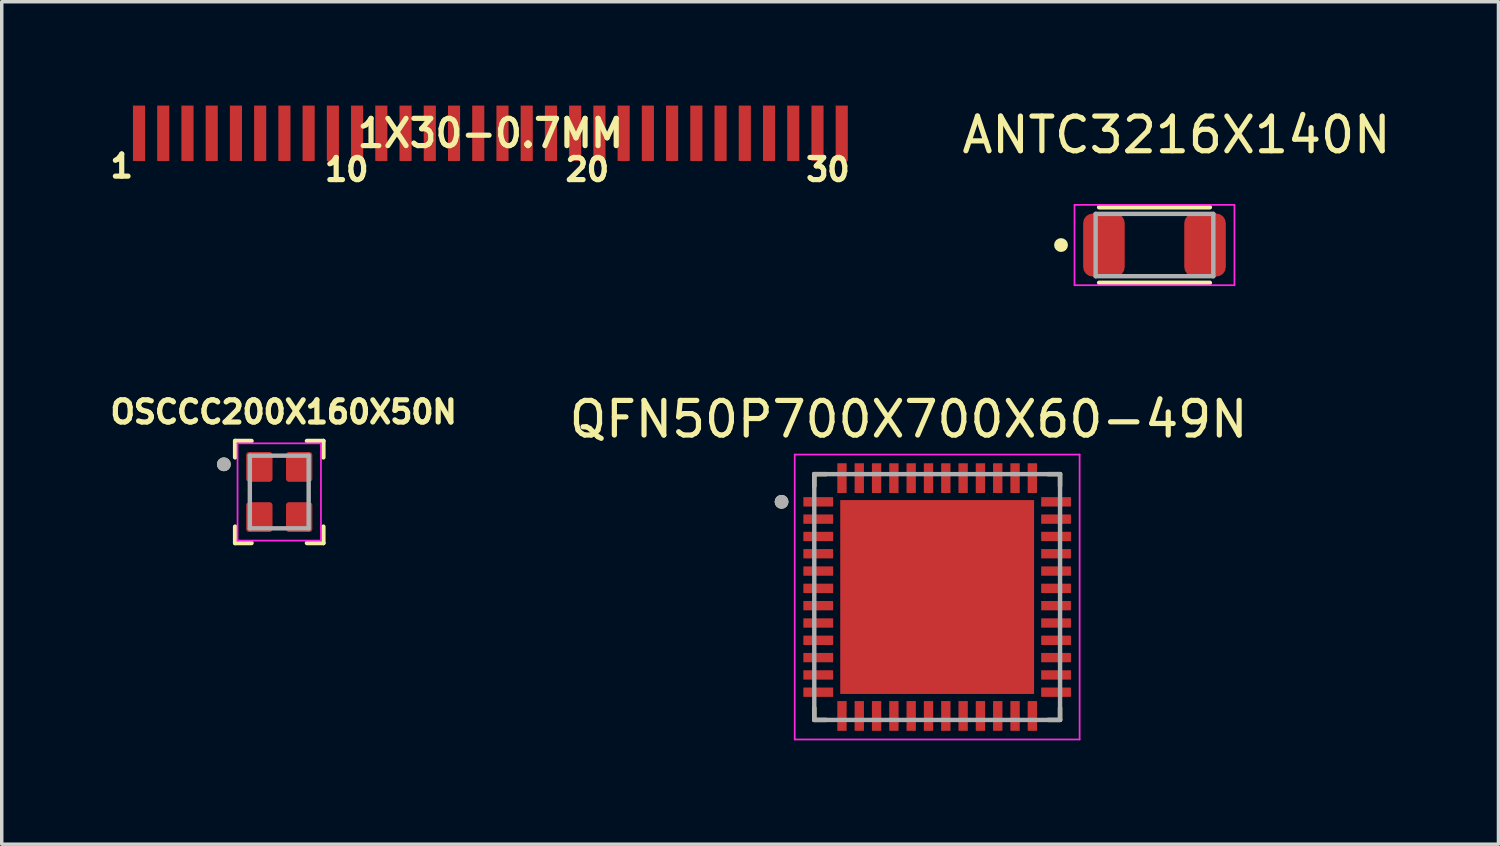
<source format=kicad_pcb>
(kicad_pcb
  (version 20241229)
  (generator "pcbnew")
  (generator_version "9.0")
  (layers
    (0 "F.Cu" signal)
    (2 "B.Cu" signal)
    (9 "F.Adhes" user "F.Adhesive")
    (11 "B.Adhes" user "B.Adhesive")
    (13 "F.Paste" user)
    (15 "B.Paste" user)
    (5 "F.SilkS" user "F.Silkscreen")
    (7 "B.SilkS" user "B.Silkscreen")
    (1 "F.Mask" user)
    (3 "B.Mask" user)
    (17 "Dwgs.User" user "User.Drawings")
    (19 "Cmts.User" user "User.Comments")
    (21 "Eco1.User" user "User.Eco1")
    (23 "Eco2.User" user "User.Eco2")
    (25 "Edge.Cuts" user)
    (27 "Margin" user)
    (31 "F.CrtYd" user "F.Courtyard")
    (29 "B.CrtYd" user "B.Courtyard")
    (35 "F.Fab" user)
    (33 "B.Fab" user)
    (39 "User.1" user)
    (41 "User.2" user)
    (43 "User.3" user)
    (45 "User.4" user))
  (footprint "QFN50P700X700X60-49N"
    (layer "F.Cu")
    (at 24.023 14.197)
    (property "Reference" "QFN50P700X700X60-49N" (at -0.825 -5.135 0) (layer "F.SilkS") (effects (font (size 1 1) (thickness 0.15))))
    (attr through_hole)
    (fp_line (start -3.55 -3.55) (end -3.55 -3.205) (stroke (width 0.127) (type solid)) (layer "F.SilkS"))
    (fp_line (start -3.55 -3.55) (end -3.205 -3.55) (stroke (width 0.127) (type solid)) (layer "F.SilkS"))
    (fp_line (start -3.55 3.55) (end -3.55 3.205) (stroke (width 0.127) (type solid)) (layer "F.SilkS"))
    (fp_line (start -3.55 3.55) (end -3.205 3.55) (stroke (width 0.127) (type solid)) (layer "F.SilkS"))
    (fp_line (start 3.55 -3.55) (end 3.205 -3.55) (stroke (width 0.127) (type solid)) (layer "F.SilkS"))
    (fp_line (start 3.55 -3.55) (end 3.55 -3.205) (stroke (width 0.127) (type solid)) (layer "F.SilkS"))
    (fp_line (start 3.55 3.55) (end 3.205 3.55) (stroke (width 0.127) (type solid)) (layer "F.SilkS"))
    (fp_line (start 3.55 3.55) (end 3.55 3.205) (stroke (width 0.127) (type solid)) (layer "F.SilkS"))
    (fp_circle (center -4.495 -2.75) (end -4.395 -2.75) (stroke (width 0.2) (type solid)) (fill no) (layer "F.SilkS"))
    (fp_poly (pts (xy -2.29 -2.29) (xy -0.51 -2.29) (xy -0.51 -0.51) (xy -2.29 -0.51)) (stroke (width 0.01) (type solid)) (fill yes) (layer "F.Paste"))
    (fp_poly (pts (xy -2.29 0.51) (xy -0.51 0.51) (xy -0.51 2.29) (xy -2.29 2.29)) (stroke (width 0.01) (type solid)) (fill yes) (layer "F.Paste"))
    (fp_poly (pts (xy 0.51 -2.29) (xy 2.29 -2.29) (xy 2.29 -0.51) (xy 0.51 -0.51)) (stroke (width 0.01) (type solid)) (fill yes) (layer "F.Paste"))
    (fp_poly (pts (xy 0.51 0.51) (xy 2.29 0.51) (xy 2.29 2.29) (xy 0.51 2.29)) (stroke (width 0.01) (type solid)) (fill yes) (layer "F.Paste"))
    (fp_line (start -4.115 -4.115) (end 4.115 -4.115) (stroke (width 0.05) (type solid)) (layer "F.CrtYd"))
    (fp_line (start -4.115 4.115) (end -4.115 -4.115) (stroke (width 0.05) (type solid)) (layer "F.CrtYd"))
    (fp_line (start -4.115 4.115) (end 4.115 4.115) (stroke (width 0.05) (type solid)) (layer "F.CrtYd"))
    (fp_line (start 4.115 4.115) (end 4.115 -4.115) (stroke (width 0.05) (type solid)) (layer "F.CrtYd"))
    (fp_line (start -3.55 3.55) (end -3.55 -3.55) (stroke (width 0.127) (type solid)) (layer "F.Fab"))
    (fp_line (start 3.55 -3.55) (end -3.55 -3.55) (stroke (width 0.127) (type solid)) (layer "F.Fab"))
    (fp_line (start 3.55 3.55) (end -3.55 3.55) (stroke (width 0.127) (type solid)) (layer "F.Fab"))
    (fp_line (start 3.55 3.55) (end 3.55 -3.55) (stroke (width 0.127) (type solid)) (layer "F.Fab"))
    (fp_circle (center -4.495 -2.75) (end -4.395 -2.75) (stroke (width 0.2) (type solid)) (fill no) (layer "F.Fab"))
    (pad "1" smd roundrect (at -3.435 -2.75) (size 0.86 0.27) (layers "F.Cu" "F.Mask" "F.Paste") (roundrect_rratio 0.03))
    (pad "2" smd roundrect (at -3.435 -2.25) (size 0.86 0.27) (layers "F.Cu" "F.Mask" "F.Paste") (roundrect_rratio 0.03))
    (pad "3" smd roundrect (at -3.435 -1.75) (size 0.86 0.27) (layers "F.Cu" "F.Mask" "F.Paste") (roundrect_rratio 0.03))
    (pad "4" smd roundrect (at -3.435 -1.25) (size 0.86 0.27) (layers "F.Cu" "F.Mask" "F.Paste") (roundrect_rratio 0.03))
    (pad "5" smd roundrect (at -3.435 -0.75) (size 0.86 0.27) (layers "F.Cu" "F.Mask" "F.Paste") (roundrect_rratio 0.03))
    (pad "6" smd roundrect (at -3.435 -0.25) (size 0.86 0.27) (layers "F.Cu" "F.Mask" "F.Paste") (roundrect_rratio 0.03))
    (pad "7" smd roundrect (at -3.435 0.25) (size 0.86 0.27) (layers "F.Cu" "F.Mask" "F.Paste") (roundrect_rratio 0.03))
    (pad "8" smd roundrect (at -3.435 0.75) (size 0.86 0.27) (layers "F.Cu" "F.Mask" "F.Paste") (roundrect_rratio 0.03))
    (pad "9" smd roundrect (at -3.435 1.25) (size 0.86 0.27) (layers "F.Cu" "F.Mask" "F.Paste") (roundrect_rratio 0.03))
    (pad "10" smd roundrect (at -3.435 1.75) (size 0.86 0.27) (layers "F.Cu" "F.Mask" "F.Paste") (roundrect_rratio 0.03))
    (pad "11" smd roundrect (at -3.435 2.25) (size 0.86 0.27) (layers "F.Cu" "F.Mask" "F.Paste") (roundrect_rratio 0.03))
    (pad "12" smd roundrect (at -3.435 2.75) (size 0.86 0.27) (layers "F.Cu" "F.Mask" "F.Paste") (roundrect_rratio 0.03))
    (pad "13" smd roundrect (at -2.75 3.435) (size 0.27 0.86) (layers "F.Cu" "F.Mask" "F.Paste") (roundrect_rratio 0.03))
    (pad "14" smd roundrect (at -2.25 3.435) (size 0.27 0.86) (layers "F.Cu" "F.Mask" "F.Paste") (roundrect_rratio 0.03))
    (pad "15" smd roundrect (at -1.75 3.435) (size 0.27 0.86) (layers "F.Cu" "F.Mask" "F.Paste") (roundrect_rratio 0.03))
    (pad "16" smd roundrect (at -1.25 3.435) (size 0.27 0.86) (layers "F.Cu" "F.Mask" "F.Paste") (roundrect_rratio 0.03))
    (pad "17" smd roundrect (at -0.75 3.435) (size 0.27 0.86) (layers "F.Cu" "F.Mask" "F.Paste") (roundrect_rratio 0.03))
    (pad "18" smd roundrect (at -0.25 3.435) (size 0.27 0.86) (layers "F.Cu" "F.Mask" "F.Paste") (roundrect_rratio 0.03))
    (pad "19" smd roundrect (at 0.25 3.435) (size 0.27 0.86) (layers "F.Cu" "F.Mask" "F.Paste") (roundrect_rratio 0.03))
    (pad "20" smd roundrect (at 0.75 3.435) (size 0.27 0.86) (layers "F.Cu" "F.Mask" "F.Paste") (roundrect_rratio 0.03))
    (pad "21" smd roundrect (at 1.25 3.435) (size 0.27 0.86) (layers "F.Cu" "F.Mask" "F.Paste") (roundrect_rratio 0.03))
    (pad "22" smd roundrect (at 1.75 3.435) (size 0.27 0.86) (layers "F.Cu" "F.Mask" "F.Paste") (roundrect_rratio 0.03))
    (pad "23" smd roundrect (at 2.25 3.435) (size 0.27 0.86) (layers "F.Cu" "F.Mask" "F.Paste") (roundrect_rratio 0.03))
    (pad "24" smd roundrect (at 2.75 3.435) (size 0.27 0.86) (layers "F.Cu" "F.Mask" "F.Paste") (roundrect_rratio 0.03))
    (pad "25" smd roundrect (at 3.435 2.75) (size 0.86 0.27) (layers "F.Cu" "F.Mask" "F.Paste") (roundrect_rratio 0.03))
    (pad "26" smd roundrect (at 3.435 2.25) (size 0.86 0.27) (layers "F.Cu" "F.Mask" "F.Paste") (roundrect_rratio 0.03))
    (pad "27" smd roundrect (at 3.435 1.75) (size 0.86 0.27) (layers "F.Cu" "F.Mask" "F.Paste") (roundrect_rratio 0.03))
    (pad "28" smd roundrect (at 3.435 1.25) (size 0.86 0.27) (layers "F.Cu" "F.Mask" "F.Paste") (roundrect_rratio 0.03))
    (pad "29" smd roundrect (at 3.435 0.75) (size 0.86 0.27) (layers "F.Cu" "F.Mask" "F.Paste") (roundrect_rratio 0.03))
    (pad "30" smd roundrect (at 3.435 0.25) (size 0.86 0.27) (layers "F.Cu" "F.Mask" "F.Paste") (roundrect_rratio 0.03))
    (pad "31" smd roundrect (at 3.435 -0.25) (size 0.86 0.27) (layers "F.Cu" "F.Mask" "F.Paste") (roundrect_rratio 0.03))
    (pad "32" smd roundrect (at 3.435 -0.75) (size 0.86 0.27) (layers "F.Cu" "F.Mask" "F.Paste") (roundrect_rratio 0.03))
    (pad "33" smd roundrect (at 3.435 -1.25) (size 0.86 0.27) (layers "F.Cu" "F.Mask" "F.Paste") (roundrect_rratio 0.03))
    (pad "34" smd roundrect (at 3.435 -1.75) (size 0.86 0.27) (layers "F.Cu" "F.Mask" "F.Paste") (roundrect_rratio 0.03))
    (pad "35" smd roundrect (at 3.435 -2.25) (size 0.86 0.27) (layers "F.Cu" "F.Mask" "F.Paste") (roundrect_rratio 0.03))
    (pad "36" smd roundrect (at 3.435 -2.75) (size 0.86 0.27) (layers "F.Cu" "F.Mask" "F.Paste") (roundrect_rratio 0.03))
    (pad "37" smd roundrect (at 2.75 -3.435) (size 0.27 0.86) (layers "F.Cu" "F.Mask" "F.Paste") (roundrect_rratio 0.03))
    (pad "38" smd roundrect (at 2.25 -3.435) (size 0.27 0.86) (layers "F.Cu" "F.Mask" "F.Paste") (roundrect_rratio 0.03))
    (pad "39" smd roundrect (at 1.75 -3.435) (size 0.27 0.86) (layers "F.Cu" "F.Mask" "F.Paste") (roundrect_rratio 0.03))
    (pad "40" smd roundrect (at 1.25 -3.435) (size 0.27 0.86) (layers "F.Cu" "F.Mask" "F.Paste") (roundrect_rratio 0.03))
    (pad "41" smd roundrect (at 0.75 -3.435) (size 0.27 0.86) (layers "F.Cu" "F.Mask" "F.Paste") (roundrect_rratio 0.03))
    (pad "42" smd roundrect (at 0.25 -3.435) (size 0.27 0.86) (layers "F.Cu" "F.Mask" "F.Paste") (roundrect_rratio 0.03))
    (pad "43" smd roundrect (at -0.25 -3.435) (size 0.27 0.86) (layers "F.Cu" "F.Mask" "F.Paste") (roundrect_rratio 0.03))
    (pad "44" smd roundrect (at -0.75 -3.435) (size 0.27 0.86) (layers "F.Cu" "F.Mask" "F.Paste") (roundrect_rratio 0.03))
    (pad "45" smd roundrect (at -1.25 -3.435) (size 0.27 0.86) (layers "F.Cu" "F.Mask" "F.Paste") (roundrect_rratio 0.03))
    (pad "46" smd roundrect (at -1.75 -3.435) (size 0.27 0.86) (layers "F.Cu" "F.Mask" "F.Paste") (roundrect_rratio 0.03))
    (pad "47" smd roundrect (at -2.25 -3.435) (size 0.27 0.86) (layers "F.Cu" "F.Mask" "F.Paste") (roundrect_rratio 0.03))
    (pad "48" smd roundrect (at -2.75 -3.435) (size 0.27 0.86) (layers "F.Cu" "F.Mask" "F.Paste") (roundrect_rratio 0.03))
    (pad "49" smd rect (at 0 0) (size 5.6 5.6) (layers "F.Cu" "F.Mask")))
  (footprint "1X30-0.7MM"
    (layer "F.Cu")
    (at 11.116 0.8)
    (property "Reference" "1X30-0.7MM" (at 0 0 0) (layer "F.SilkS") (effects (font (size 0.787 0.787) (thickness 0.15))))
    (attr through_hole)
    (fp_text user "10" (at -4.15 1.05 0) (layer "F.SilkS") (effects (font (size 0.64 0.64) (thickness 0.15))))
    (fp_text user "30" (at 9.75 1.05 0) (layer "F.SilkS") (effects (font (size 0.64 0.64) (thickness 0.15))))
    (fp_text user "20" (at 2.8 1.05 0) (layer "F.SilkS") (effects (font (size 0.64 0.64) (thickness 0.15))))
    (fp_text user "1" (at -10.65 0.95 0) (layer "F.SilkS") (effects (font (size 0.64 0.64) (thickness 0.15))))
    (pad "1" smd rect (at -10.15 0) (size 0.35 1.6) (layers "F.Cu" "F.Mask" "F.Paste"))
    (pad "2" smd rect (at -9.45 0) (size 0.35 1.6) (layers "F.Cu" "F.Mask" "F.Paste"))
    (pad "3" smd rect (at -8.75 0) (size 0.35 1.6) (layers "F.Cu" "F.Mask" "F.Paste"))
    (pad "4" smd rect (at -8.05 0) (size 0.35 1.6) (layers "F.Cu" "F.Mask" "F.Paste"))
    (pad "5" smd rect (at -7.35 0) (size 0.35 1.6) (layers "F.Cu" "F.Mask" "F.Paste"))
    (pad "6" smd rect (at -6.65 0) (size 0.35 1.6) (layers "F.Cu" "F.Mask" "F.Paste"))
    (pad "7" smd rect (at -5.95 0) (size 0.35 1.6) (layers "F.Cu" "F.Mask" "F.Paste"))
    (pad "8" smd rect (at -5.25 0) (size 0.35 1.6) (layers "F.Cu" "F.Mask" "F.Paste"))
    (pad "9" smd rect (at -4.55 0) (size 0.35 1.6) (layers "F.Cu" "F.Mask" "F.Paste"))
    (pad "10" smd rect (at -3.85 0) (size 0.35 1.6) (layers "F.Cu" "F.Mask" "F.Paste"))
    (pad "11" smd rect (at -3.15 0) (size 0.35 1.6) (layers "F.Cu" "F.Mask" "F.Paste"))
    (pad "12" smd rect (at -2.45 0) (size 0.35 1.6) (layers "F.Cu" "F.Mask" "F.Paste"))
    (pad "13" smd rect (at -1.75 0) (size 0.35 1.6) (layers "F.Cu" "F.Mask" "F.Paste"))
    (pad "14" smd rect (at -1.05 0) (size 0.35 1.6) (layers "F.Cu" "F.Mask" "F.Paste"))
    (pad "15" smd rect (at -0.35 0) (size 0.35 1.6) (layers "F.Cu" "F.Mask" "F.Paste"))
    (pad "16" smd rect (at 0.35 0) (size 0.35 1.6) (layers "F.Cu" "F.Mask" "F.Paste"))
    (pad "17" smd rect (at 1.05 0) (size 0.35 1.6) (layers "F.Cu" "F.Mask" "F.Paste"))
    (pad "18" smd rect (at 1.75 0) (size 0.35 1.6) (layers "F.Cu" "F.Mask" "F.Paste"))
    (pad "19" smd rect (at 2.45 0) (size 0.35 1.6) (layers "F.Cu" "F.Mask" "F.Paste"))
    (pad "20" smd rect (at 3.15 0) (size 0.35 1.6) (layers "F.Cu" "F.Mask" "F.Paste"))
    (pad "21" smd rect (at 3.85 0) (size 0.35 1.6) (layers "F.Cu" "F.Mask" "F.Paste"))
    (pad "22" smd rect (at 4.55 0) (size 0.35 1.6) (layers "F.Cu" "F.Mask" "F.Paste"))
    (pad "23" smd rect (at 5.25 0) (size 0.35 1.6) (layers "F.Cu" "F.Mask" "F.Paste"))
    (pad "24" smd rect (at 5.95 0) (size 0.35 1.6) (layers "F.Cu" "F.Mask" "F.Paste"))
    (pad "25" smd rect (at 6.65 0) (size 0.35 1.6) (layers "F.Cu" "F.Mask" "F.Paste"))
    (pad "26" smd rect (at 7.35 0) (size 0.35 1.6) (layers "F.Cu" "F.Mask" "F.Paste"))
    (pad "27" smd rect (at 8.05 0) (size 0.35 1.6) (layers "F.Cu" "F.Mask" "F.Paste"))
    (pad "28" smd rect (at 8.75 0) (size 0.35 1.6) (layers "F.Cu" "F.Mask" "F.Paste"))
    (pad "29" smd rect (at 9.45 0) (size 0.35 1.6) (layers "F.Cu" "F.Mask" "F.Paste"))
    (pad "30" smd rect (at 10.15 0) (size 0.35 1.6) (layers "F.Cu" "F.Mask" "F.Paste")))
  (footprint "OSCCC200X160X50N"
    (layer "F.Cu")
    (at 5.017 11.163)
    (property "Reference" "OSCCC200X160X50N" (at 0.127 -2.311 0) (layer "F.SilkS") (effects (font (size 0.64 0.64) (thickness 0.15))))
    (attr through_hole)
    (fp_line (start -1.275 -1.475) (end -0.8 -1.475) (stroke (width 0.127) (type solid)) (layer "F.SilkS"))
    (fp_line (start -1.275 -1) (end -1.275 -1.475) (stroke (width 0.127) (type solid)) (layer "F.SilkS"))
    (fp_line (start -1.275 1) (end -1.275 1.475) (stroke (width 0.127) (type solid)) (layer "F.SilkS"))
    (fp_line (start -1.275 1.475) (end -0.8 1.475) (stroke (width 0.127) (type solid)) (layer "F.SilkS"))
    (fp_line (start 1.275 -1.475) (end 0.8 -1.475) (stroke (width 0.127) (type solid)) (layer "F.SilkS"))
    (fp_line (start 1.275 -1) (end 1.275 -1.475) (stroke (width 0.127) (type solid)) (layer "F.SilkS"))
    (fp_line (start 1.275 1) (end 1.275 1.475) (stroke (width 0.127) (type solid)) (layer "F.SilkS"))
    (fp_line (start 1.275 1.475) (end 0.8 1.475) (stroke (width 0.127) (type solid)) (layer "F.SilkS"))
    (fp_circle (center -1.6 -0.8) (end -1.5 -0.8) (stroke (width 0.2) (type solid)) (fill no) (layer "F.SilkS"))
    (fp_line (start -1.205 -1.405) (end -1.205 1.405) (stroke (width 0.05) (type solid)) (layer "F.CrtYd"))
    (fp_line (start -1.205 1.405) (end 1.205 1.405) (stroke (width 0.05) (type solid)) (layer "F.CrtYd"))
    (fp_line (start 1.205 -1.405) (end -1.205 -1.405) (stroke (width 0.05) (type solid)) (layer "F.CrtYd"))
    (fp_line (start 1.205 1.405) (end 1.205 -1.405) (stroke (width 0.05) (type solid)) (layer "F.CrtYd"))
    (fp_line (start -0.85 -1.05) (end 0.85 -1.05) (stroke (width 0.127) (type solid)) (layer "F.Fab"))
    (fp_line (start -0.85 1.05) (end -0.85 -1.05) (stroke (width 0.127) (type solid)) (layer "F.Fab"))
    (fp_line (start 0.85 -1.05) (end 0.85 1.05) (stroke (width 0.127) (type solid)) (layer "F.Fab"))
    (fp_line (start 0.85 1.05) (end -0.85 1.05) (stroke (width 0.127) (type solid)) (layer "F.Fab"))
    (fp_circle (center -1.6 -0.8) (end -1.5 -0.8) (stroke (width 0.2) (type solid)) (fill no) (layer "F.Fab"))
    (pad "1" smd roundrect (at -0.575 -0.725) (size 0.76 0.86) (layers "F.Cu" "F.Mask" "F.Paste") (roundrect_rratio 0.11))
    (pad "2" smd roundrect (at -0.575 0.725) (size 0.76 0.86) (layers "F.Cu" "F.Mask" "F.Paste") (roundrect_rratio 0.11))
    (pad "3" smd roundrect (at 0.575 0.725) (size 0.76 0.86) (layers "F.Cu" "F.Mask" "F.Paste") (roundrect_rratio 0.11))
    (pad "4" smd roundrect (at 0.575 -0.725) (size 0.76 0.86) (layers "F.Cu" "F.Mask" "F.Paste") (roundrect_rratio 0.11)))
  (footprint "ANTC3216X140N"
    (layer "F.Cu")
    (at 30.301 4.029)
    (property "Reference" "ANTC3216X140N" (at 0.636 -3.18 0) (layer "F.SilkS") (effects (font (size 1.002 1.002) (thickness 0.15))))
    (attr through_hole)
    (fp_line (start -1.6 -1.09) (end 1.6 -1.09) (stroke (width 0.127) (type solid)) (layer "F.SilkS"))
    (fp_line (start -1.6 1.09) (end 1.6 1.09) (stroke (width 0.127) (type solid)) (layer "F.SilkS"))
    (fp_circle (center -2.7 0) (end -2.6 0) (stroke (width 0.2) (type solid)) (fill no) (layer "F.SilkS"))
    (fp_line (start -2.31 -1.16) (end 2.31 -1.16) (stroke (width 0.05) (type solid)) (layer "F.CrtYd"))
    (fp_line (start -2.31 1.16) (end -2.31 -1.16) (stroke (width 0.05) (type solid)) (layer "F.CrtYd"))
    (fp_line (start 2.31 -1.16) (end 2.31 1.16) (stroke (width 0.05) (type solid)) (layer "F.CrtYd"))
    (fp_line (start 2.31 1.16) (end -2.31 1.16) (stroke (width 0.05) (type solid)) (layer "F.CrtYd"))
    (fp_line (start -1.7 -0.9) (end 1.7 -0.9) (stroke (width 0.127) (type solid)) (layer "F.Fab"))
    (fp_line (start -1.7 0.9) (end -1.7 -0.9) (stroke (width 0.127) (type solid)) (layer "F.Fab"))
    (fp_line (start 1.7 -0.9) (end 1.7 0.9) (stroke (width 0.127) (type solid)) (layer "F.Fab"))
    (fp_line (start 1.7 0.9) (end -1.7 0.9) (stroke (width 0.127) (type solid)) (layer "F.Fab"))
    (pad "1" smd roundrect (at -1.46 0) (size 1.2 1.82) (layers "F.Cu" "F.Mask" "F.Paste") (roundrect_rratio 0.23))
    (pad "2" smd roundrect (at 1.46 0) (size 1.2 1.82) (layers "F.Cu" "F.Mask" "F.Paste") (roundrect_rratio 0.23)))
  (gr_rect
    (start -3 -3)
    (end 40.238 21.337)
    (stroke (width 0.1) (type default))
    (fill no)
    (layer "Edge.Cuts")))
</source>
